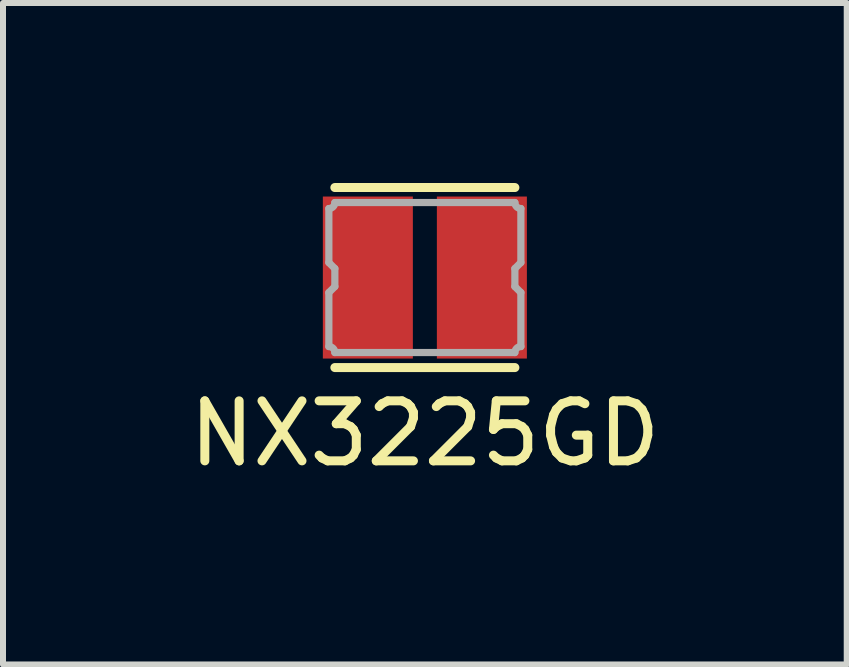
<source format=kicad_pcb>
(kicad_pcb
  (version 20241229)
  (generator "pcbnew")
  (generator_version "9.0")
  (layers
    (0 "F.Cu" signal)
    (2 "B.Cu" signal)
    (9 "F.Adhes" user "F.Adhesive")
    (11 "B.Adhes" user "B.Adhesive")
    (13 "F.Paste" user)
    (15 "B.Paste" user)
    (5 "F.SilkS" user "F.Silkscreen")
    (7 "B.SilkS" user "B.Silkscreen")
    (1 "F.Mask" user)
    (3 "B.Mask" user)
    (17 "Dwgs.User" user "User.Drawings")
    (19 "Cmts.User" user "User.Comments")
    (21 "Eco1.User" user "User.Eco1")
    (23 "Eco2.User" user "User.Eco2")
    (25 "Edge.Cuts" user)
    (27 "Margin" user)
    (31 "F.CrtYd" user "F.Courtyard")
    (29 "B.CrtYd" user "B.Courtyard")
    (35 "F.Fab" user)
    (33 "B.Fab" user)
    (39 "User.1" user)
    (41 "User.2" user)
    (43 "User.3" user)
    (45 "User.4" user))
  (footprint "NX3225GD"
    (layer "F.Cu")
    (at 4.03 1.575)
    (property "Reference" "NX3225GD" (at 0 2.6 0) (layer "F.SilkS") (effects (font (size 1 1) (thickness 0.15))))
    (attr through_hole)
    (fp_line (start -1.5 -1.5) (end 1.5 -1.5) (stroke (width 0.15) (type solid)) (layer "F.SilkS"))
    (fp_line (start -1.5 1.5) (end 1.5 1.5) (stroke (width 0.15) (type solid)) (layer "F.SilkS"))
    (fp_line (start -1.6 -1.15) (end -1.6 -0.25) (stroke (width 0.12) (type solid)) (layer "F.Fab"))
    (fp_line (start -1.6 -0.25) (end -1.5 -0.15) (stroke (width 0.12) (type solid)) (layer "F.Fab"))
    (fp_line (start -1.6 0.25) (end -1.6 1.15) (stroke (width 0.12) (type solid)) (layer "F.Fab"))
    (fp_line (start -1.5 -1.25) (end 1.5 -1.25) (stroke (width 0.12) (type solid)) (layer "F.Fab"))
    (fp_line (start -1.5 -0.15) (end -1.5 0.15) (stroke (width 0.12) (type solid)) (layer "F.Fab"))
    (fp_line (start -1.5 0.15) (end -1.6 0.25) (stroke (width 0.12) (type solid)) (layer "F.Fab"))
    (fp_line (start -1.5 1.25) (end 1.5 1.25) (stroke (width 0.12) (type solid)) (layer "F.Fab"))
    (fp_line (start 1.5 -0.15) (end 1.5 0.15) (stroke (width 0.12) (type solid)) (layer "F.Fab"))
    (fp_line (start 1.5 0.15) (end 1.6 0.25) (stroke (width 0.12) (type solid)) (layer "F.Fab"))
    (fp_line (start 1.6 -1.15) (end 1.6 -0.25) (stroke (width 0.12) (type solid)) (layer "F.Fab"))
    (fp_line (start 1.6 -0.25) (end 1.5 -0.15) (stroke (width 0.12) (type solid)) (layer "F.Fab"))
    (fp_line (start 1.6 0.25) (end 1.6 1.15) (stroke (width 0.12) (type solid)) (layer "F.Fab"))
    (fp_arc (start -1.6 1.15) (mid -1.529289 1.179289) (end -1.5 1.25) (stroke (width 0.12) (type solid)) (layer "F.Fab"))
    (fp_arc (start -1.5 -1.25) (mid -1.529289 -1.179289) (end -1.6 -1.15) (stroke (width 0.12) (type solid)) (layer "F.Fab"))
    (fp_arc (start 1.5 1.25) (mid 1.529289 1.179289) (end 1.6 1.15) (stroke (width 0.12) (type solid)) (layer "F.Fab"))
    (fp_arc (start 1.6 -1.15) (mid 1.529289 -1.179289) (end 1.5 -1.25) (stroke (width 0.12) (type solid)) (layer "F.Fab"))
    (pad "1" smd rect (at -0.95 0 180) (size 1.5 2.7) (layers "F.Cu" "F.Mask" "F.Paste"))
    (pad "2" smd rect (at 0.95 0 180) (size 1.5 2.7) (layers "F.Cu" "F.Mask" "F.Paste")))
  (gr_rect
    (start -3 -3)
    (end 11.06 8.023)
    (stroke (width 0.1) (type default))
    (fill no)
    (layer "Edge.Cuts")))
</source>
